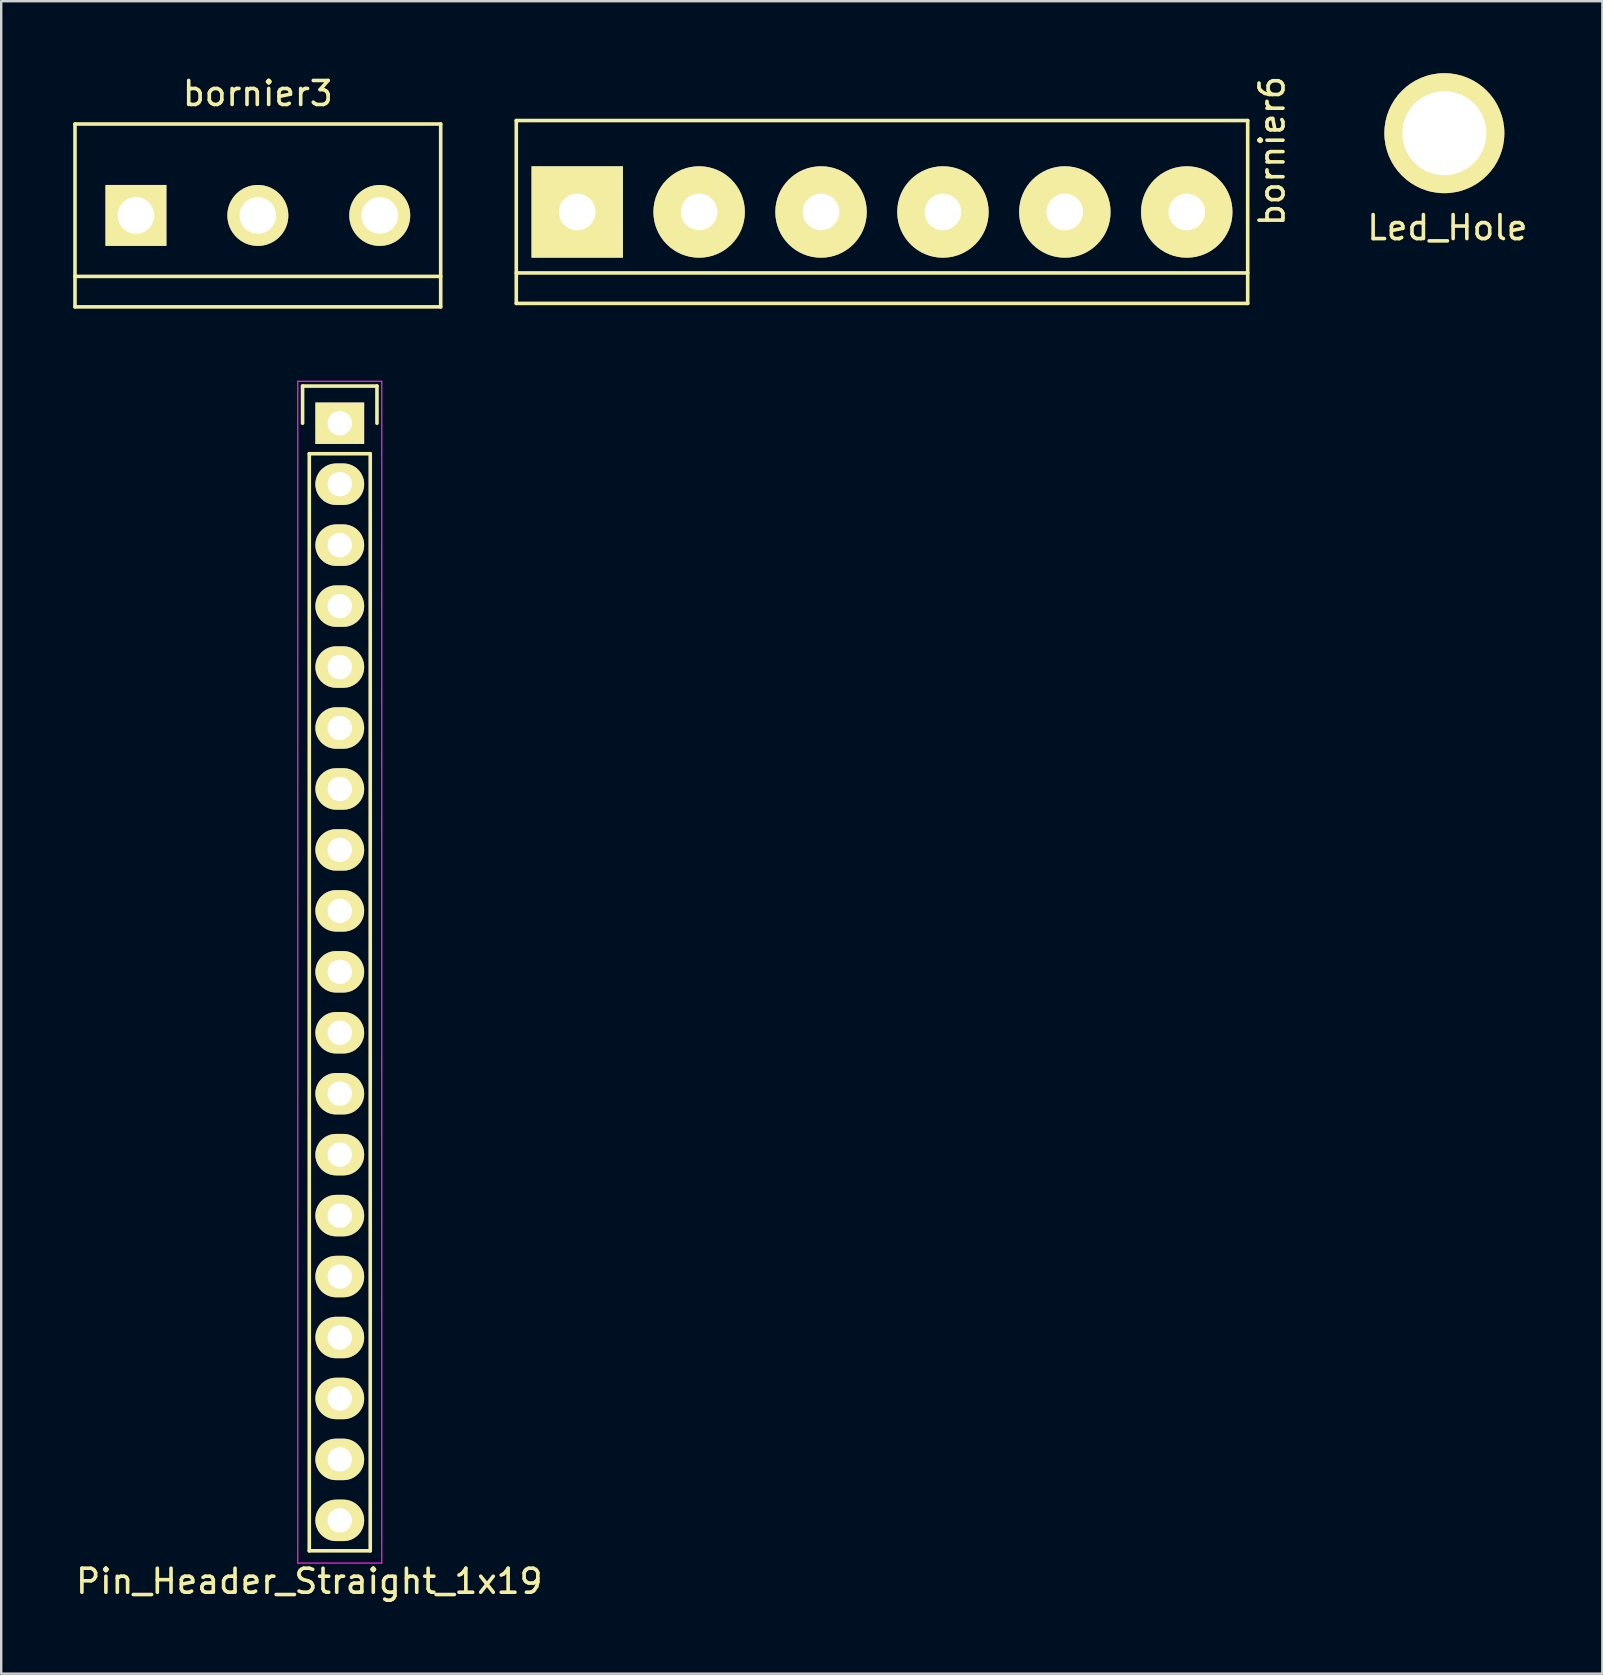
<source format=kicad_pcb>
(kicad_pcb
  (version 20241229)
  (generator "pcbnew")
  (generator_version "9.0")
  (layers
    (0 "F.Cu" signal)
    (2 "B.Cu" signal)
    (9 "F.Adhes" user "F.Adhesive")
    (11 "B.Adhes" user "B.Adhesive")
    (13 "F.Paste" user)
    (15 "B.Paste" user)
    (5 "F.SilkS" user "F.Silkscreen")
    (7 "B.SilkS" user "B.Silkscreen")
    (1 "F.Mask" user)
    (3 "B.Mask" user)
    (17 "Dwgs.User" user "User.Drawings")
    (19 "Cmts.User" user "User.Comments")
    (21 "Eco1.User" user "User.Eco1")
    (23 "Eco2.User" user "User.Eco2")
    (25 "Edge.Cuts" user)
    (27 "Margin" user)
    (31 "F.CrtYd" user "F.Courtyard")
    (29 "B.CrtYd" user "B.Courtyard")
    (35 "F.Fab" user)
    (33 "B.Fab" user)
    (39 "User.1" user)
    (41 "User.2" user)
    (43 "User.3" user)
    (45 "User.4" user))
  (footprint "bornier6"
    (layer "F.Cu")
    (at 33.705 5.784)
    (property "Reference" "bornier6" (at 16.256 -2.54 90) (layer "F.SilkS") (effects (font (size 1 1) (thickness 0.15))))
    (attr through_hole)
    (fp_line (start -15.24 -3.81) (end -15.24 3.81) (stroke (width 0.15) (type solid)) (layer "F.SilkS"))
    (fp_line (start -15.24 -3.81) (end 15.24 -3.81) (stroke (width 0.15) (type solid)) (layer "F.SilkS"))
    (fp_line (start -15.24 2.54) (end 15.24 2.54) (stroke (width 0.15) (type solid)) (layer "F.SilkS"))
    (fp_line (start -15.24 3.81) (end 15.24 3.81) (stroke (width 0.15) (type solid)) (layer "F.SilkS"))
    (fp_line (start 15.24 3.81) (end 15.24 -3.81) (stroke (width 0.15) (type solid)) (layer "F.SilkS"))
    (pad "1" thru_hole rect (at -12.7 0) (size 3.81 3.81) (drill 1.524) (layers "*.Cu" "*.Mask" "F.SilkS"))
    (pad "2" thru_hole circle (at -7.62 0) (size 3.81 3.81) (drill 1.524) (layers "*.Cu" "*.Mask" "F.SilkS"))
    (pad "3" thru_hole circle (at -2.54 0) (size 3.81 3.81) (drill 1.524) (layers "*.Cu" "*.Mask" "F.SilkS"))
    (pad "4" thru_hole circle (at 2.54 0) (size 3.81 3.81) (drill 1.524) (layers "*.Cu" "*.Mask" "F.SilkS"))
    (pad "5" thru_hole circle (at 7.62 0) (size 3.81 3.81) (drill 1.524) (layers "*.Cu" "*.Mask" "F.SilkS"))
    (pad "6" thru_hole circle (at 12.7 0) (size 3.81 3.81) (drill 1.524) (layers "*.Cu" "*.Mask" "F.SilkS")))
  (footprint "Led_Hole"
    (layer "F.Cu")
    (at 57.141 2.5)
    (property "Reference" "Led_Hole" (at 0.127 3.937 0) (layer "F.SilkS") (effects (font (size 1 1) (thickness 0.15))))
    (attr through_hole)
    (pad "1" thru_hole circle (at 0 0) (size 5 5) (drill 3.5) (layers "*.Cu" "*.Mask" "F.SilkS")))
  (footprint "bornier3"
    (layer "F.Cu")
    (at 7.695 5.928)
    (property "Reference" "bornier3" (at 0 -5.08 0) (layer "F.SilkS") (effects (font (size 1 1) (thickness 0.15))))
    (attr through_hole)
    (fp_line (start -7.62 -3.81) (end 7.62 -3.81) (stroke (width 0.15) (type solid)) (layer "F.SilkS"))
    (fp_line (start -7.62 2.54) (end 7.62 2.54) (stroke (width 0.15) (type solid)) (layer "F.SilkS"))
    (fp_line (start -7.62 3.81) (end -7.62 -3.81) (stroke (width 0.15) (type solid)) (layer "F.SilkS"))
    (fp_line (start -7.62 3.81) (end 7.62 3.81) (stroke (width 0.15) (type solid)) (layer "F.SilkS"))
    (fp_line (start 7.62 3.81) (end 7.62 -3.81) (stroke (width 0.15) (type solid)) (layer "F.SilkS"))
    (pad "1" thru_hole rect (at -5.08 0) (size 2.54 2.54) (drill 1.524) (layers "*.Cu" "*.Mask" "F.SilkS"))
    (pad "2" thru_hole circle (at 0 0) (size 2.54 2.54) (drill 1.524) (layers "*.Cu" "*.Mask" "F.SilkS"))
    (pad "3" thru_hole circle (at 5.08 0) (size 2.54 2.54) (drill 1.524) (layers "*.Cu" "*.Mask" "F.SilkS")))
  (footprint "Pin_Header_Straight_1x19"
    (layer "F.Cu")
    (at 11.109 14.588)
    (property "Reference" "Pin_Header_Straight_1x19" (at -1.27 48.26 0) (layer "F.SilkS") (effects (font (size 1 1) (thickness 0.15))))
    (attr through_hole)
    (fp_line (start -1.55 -1.55) (end 1.55 -1.55) (stroke (width 0.15) (type solid)) (layer "F.SilkS"))
    (fp_line (start -1.55 0) (end -1.55 -1.55) (stroke (width 0.15) (type solid)) (layer "F.SilkS"))
    (fp_line (start -1.27 46.99) (end -1.27 1.27) (stroke (width 0.15) (type solid)) (layer "F.SilkS"))
    (fp_line (start 1.27 1.27) (end -1.27 1.27) (stroke (width 0.15) (type solid)) (layer "F.SilkS"))
    (fp_line (start 1.27 1.27) (end 1.27 46.99) (stroke (width 0.15) (type solid)) (layer "F.SilkS"))
    (fp_line (start 1.27 46.99) (end -1.27 46.99) (stroke (width 0.15) (type solid)) (layer "F.SilkS"))
    (fp_line (start 1.55 -1.55) (end 1.55 0) (stroke (width 0.15) (type solid)) (layer "F.SilkS"))
    (fp_line (start -1.75 -1.75) (end -1.75 47.5) (stroke (width 0.05) (type solid)) (layer "F.CrtYd"))
    (fp_line (start -1.75 -1.75) (end 1.75 -1.75) (stroke (width 0.05) (type solid)) (layer "F.CrtYd"))
    (fp_line (start -1.75 47.5) (end 1.75 47.5) (stroke (width 0.05) (type solid)) (layer "F.CrtYd"))
    (fp_line (start 1.75 -1.75) (end 1.75 47.5) (stroke (width 0.05) (type solid)) (layer "F.CrtYd"))
    (pad "1" thru_hole rect (at 0 0) (size 2.032 1.727) (drill 1.016) (layers "*.Cu" "*.Mask" "F.SilkS"))
    (pad "2" thru_hole oval (at 0 2.54) (size 2.032 1.727) (drill 1.016) (layers "*.Cu" "*.Mask" "F.SilkS"))
    (pad "3" thru_hole oval (at 0 5.08) (size 2.032 1.727) (drill 1.016) (layers "*.Cu" "*.Mask" "F.SilkS"))
    (pad "4" thru_hole oval (at 0 7.62) (size 2.032 1.727) (drill 1.016) (layers "*.Cu" "*.Mask" "F.SilkS"))
    (pad "5" thru_hole oval (at 0 10.16) (size 2.032 1.727) (drill 1.016) (layers "*.Cu" "*.Mask" "F.SilkS"))
    (pad "6" thru_hole oval (at 0 12.7) (size 2.032 1.727) (drill 1.016) (layers "*.Cu" "*.Mask" "F.SilkS"))
    (pad "7" thru_hole oval (at 0 15.24) (size 2.032 1.727) (drill 1.016) (layers "*.Cu" "*.Mask" "F.SilkS"))
    (pad "8" thru_hole oval (at 0 17.78) (size 2.032 1.727) (drill 1.016) (layers "*.Cu" "*.Mask" "F.SilkS"))
    (pad "9" thru_hole oval (at 0 20.32) (size 2.032 1.727) (drill 1.016) (layers "*.Cu" "*.Mask" "F.SilkS"))
    (pad "10" thru_hole oval (at 0 22.86) (size 2.032 1.727) (drill 1.016) (layers "*.Cu" "*.Mask" "F.SilkS"))
    (pad "11" thru_hole oval (at 0 25.4) (size 2.032 1.727) (drill 1.016) (layers "*.Cu" "*.Mask" "F.SilkS"))
    (pad "12" thru_hole oval (at 0 27.94) (size 2.032 1.727) (drill 1.016) (layers "*.Cu" "*.Mask" "F.SilkS"))
    (pad "13" thru_hole oval (at 0 30.48) (size 2.032 1.727) (drill 1.016) (layers "*.Cu" "*.Mask" "F.SilkS"))
    (pad "14" thru_hole oval (at 0 33.02) (size 2.032 1.727) (drill 1.016) (layers "*.Cu" "*.Mask" "F.SilkS"))
    (pad "15" thru_hole oval (at 0 35.56) (size 2.032 1.727) (drill 1.016) (layers "*.Cu" "*.Mask" "F.SilkS"))
    (pad "16" thru_hole oval (at 0 38.1) (size 2.032 1.727) (drill 1.016) (layers "*.Cu" "*.Mask" "F.SilkS"))
    (pad "17" thru_hole oval (at 0 40.64) (size 2.032 1.727) (drill 1.016) (layers "*.Cu" "*.Mask" "F.SilkS"))
    (pad "18" thru_hole oval (at 0 43.18) (size 2.032 1.727) (drill 1.016) (layers "*.Cu" "*.Mask" "F.SilkS"))
    (pad "19" thru_hole oval (at 0 45.72) (size 2.032 1.727) (drill 1.016) (layers "*.Cu" "*.Mask" "F.SilkS")))
  (gr_rect
    (start -3 -3)
    (end 63.726 66.697)
    (stroke (width 0.1) (type default))
    (fill no)
    (layer "Edge.Cuts")))
</source>
